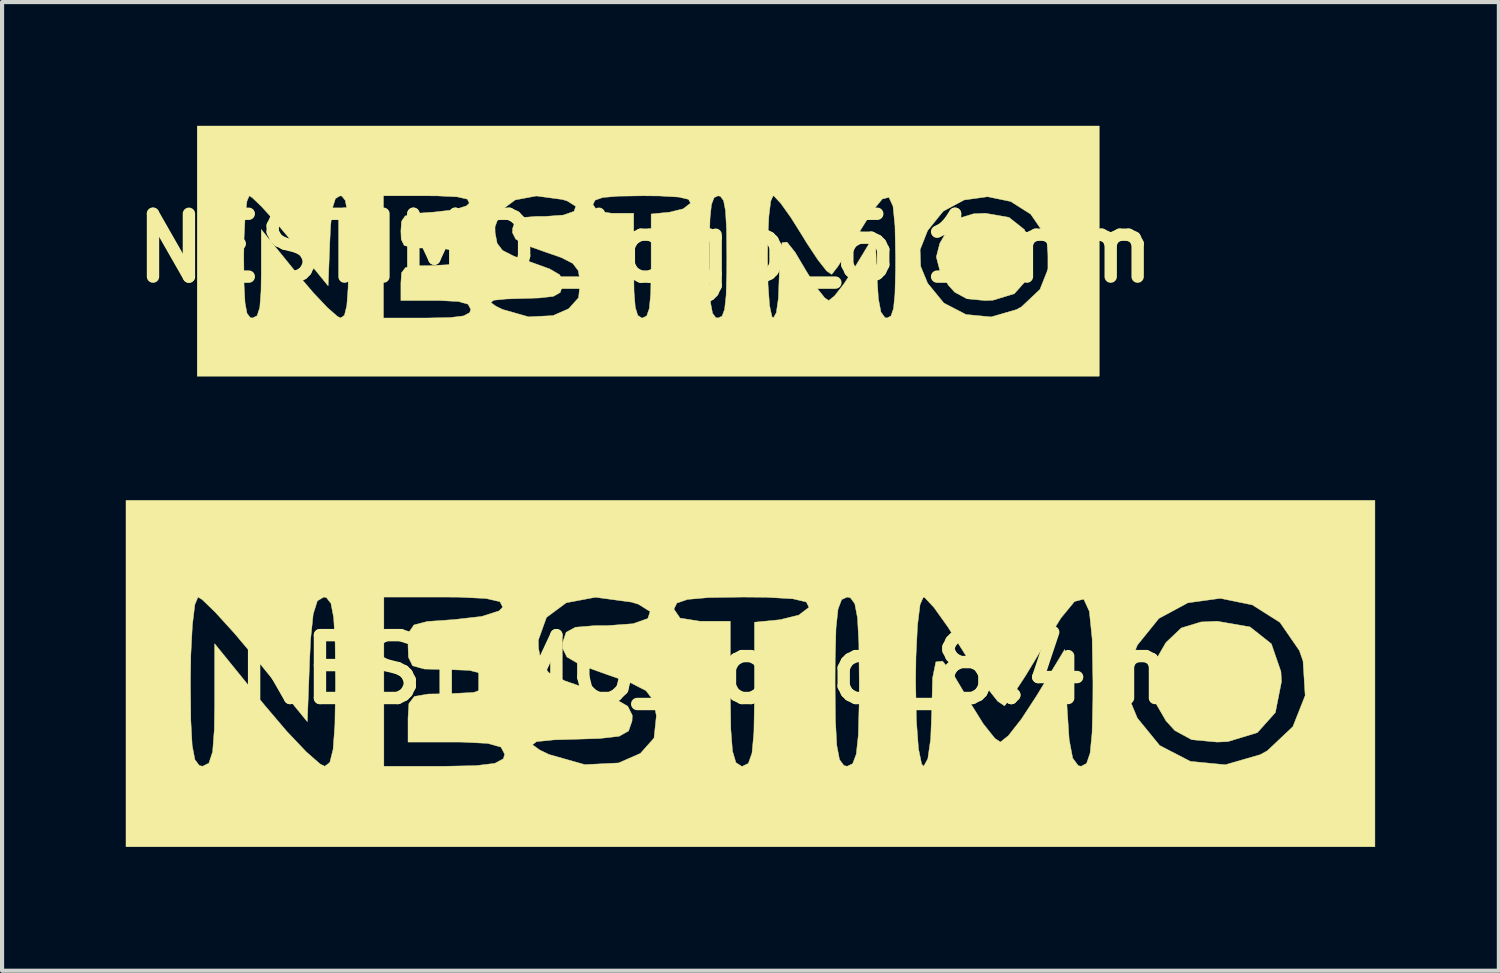
<source format=kicad_pcb>
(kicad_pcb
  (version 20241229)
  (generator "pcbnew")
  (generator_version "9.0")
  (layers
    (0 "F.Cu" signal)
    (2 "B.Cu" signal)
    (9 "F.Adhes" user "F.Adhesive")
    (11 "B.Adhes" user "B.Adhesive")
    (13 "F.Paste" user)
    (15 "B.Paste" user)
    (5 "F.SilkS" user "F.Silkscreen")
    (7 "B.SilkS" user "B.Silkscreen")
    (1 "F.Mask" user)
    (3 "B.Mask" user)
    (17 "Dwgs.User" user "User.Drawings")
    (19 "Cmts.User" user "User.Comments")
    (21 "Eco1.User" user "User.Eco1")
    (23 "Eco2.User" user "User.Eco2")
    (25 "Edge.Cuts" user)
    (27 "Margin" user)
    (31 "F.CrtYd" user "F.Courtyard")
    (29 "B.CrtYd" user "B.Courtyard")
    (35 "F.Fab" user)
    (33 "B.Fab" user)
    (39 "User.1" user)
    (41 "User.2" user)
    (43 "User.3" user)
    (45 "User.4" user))
  (footprint "NESTIMO_logo_6.1mm"
    (layer "F.Cu")
    (at 12.598 2.968)
    (property "Reference" "NESTIMO_logo_6.1mm" (at 0 0 0) (layer "F.SilkS") (effects (font (size 1.524 1.524) (thickness 0.3))))
    (attr through_hole)
    (fp_poly (pts (xy 8.819 -0.747) (xy 9.193 -0.45) (xy 9.361 0.036) (xy 9.37 0.212) (xy 9.263 0.752) (xy 8.948 1.104) (xy 8.43 1.262) (xy 8.243 1.27) (xy 7.799 1.228) (xy 7.503 1.068) (xy 7.348 0.898) (xy 7.142 0.544) (xy 7.056 0.213) (xy 7.056 0.212) (xy 7.141 -0.119) (xy 7.347 -0.473) (xy 7.348 -0.475) (xy 7.616 -0.729) (xy 7.958 -0.834) (xy 8.243 -0.847) (xy 8.819 -0.747)) (stroke (width 0.01) (type solid)) (fill yes) (layer "F.SilkS"))
    (fp_poly (pts (xy 11.007 3.104) (xy -10.866 3.104) (xy -10.866 0.212) (xy -9.737 0.212) (xy -9.73 0.888) (xy -9.706 1.328) (xy -9.659 1.578) (xy -9.581 1.682) (xy -9.525 1.693) (xy -9.414 1.638) (xy -9.349 1.44) (xy -9.319 1.046) (xy -9.313 0.62) (xy -9.313 -0.453) (xy -8.442 0.62) (xy -8.052 1.079) (xy -7.71 1.44) (xy -7.465 1.655) (xy -7.384 1.693) (xy -7.296 1.626) (xy -7.239 1.397) (xy -7.207 0.967) (xy -7.197 0.299) (xy -7.197 0.212) (xy -7.204 -0.468) (xy -7.228 -0.911) (xy -7.277 -1.16) (xy -7.356 -1.261) (xy -7.402 -1.27) (xy -6.35 -1.27) (xy -6.35 1.693) (xy -5.292 1.693) (xy -4.733 1.682) (xy -4.406 1.642) (xy -4.258 1.563) (xy -4.233 1.482) (xy -4.298 1.359) (xy -4.445 1.317) (xy -3.747 1.317) (xy -3.619 1.409) (xy -3.457 1.487) (xy -2.829 1.665) (xy -2.238 1.635) (xy -1.858 1.468) (xy -1.618 1.2) (xy -1.578 0.814) (xy -1.58 0.798) (xy -1.628 0.542) (xy -1.758 0.37) (xy -2.037 0.227) (xy -2.441 0.087) (xy -2.902 -0.078) (xy -3.143 -0.22) (xy -3.222 -0.377) (xy -3.218 -0.478) (xy -3.158 -0.653) (xy -2.994 -0.742) (xy -2.654 -0.77) (xy -2.434 -0.77) (xy -1.985 -0.803) (xy -1.727 -0.894) (xy -1.687 -1.017) (xy -1.754 -1.058) (xy -1.27 -1.058) (xy -1.163 -0.902) (xy -0.821 -0.847) (xy -0.776 -0.847) (xy -0.282 -0.847) (xy -0.282 0.423) (xy -0.274 1.043) (xy -0.244 1.429) (xy -0.184 1.629) (xy -0.086 1.693) (xy -0.071 1.693) (xy 0.033 1.644) (xy 0.097 1.462) (xy 0.131 1.101) (xy 0.141 0.511) (xy 0.141 0.432) (xy 0.141 0.212) (xy 1.552 0.212) (xy 1.559 0.888) (xy 1.583 1.328) (xy 1.63 1.578) (xy 1.708 1.682) (xy 1.764 1.693) (xy 1.861 1.648) (xy 1.923 1.481) (xy 1.959 1.148) (xy 1.974 0.602) (xy 1.976 0.212) (xy 2.963 0.212) (xy 2.976 0.89) (xy 3.012 1.383) (xy 3.068 1.654) (xy 3.104 1.693) (xy 3.177 1.563) (xy 3.227 1.212) (xy 3.246 0.704) (xy 3.246 0.697) (xy 3.26 0.146) (xy 3.317 -0.134) (xy 3.435 -0.148) (xy 3.634 0.102) (xy 3.911 0.569) (xy 4.148 0.951) (xy 4.351 1.205) (xy 4.447 1.27) (xy 4.588 1.158) (xy 4.817 0.864) (xy 5.082 0.459) (xy 5.574 -0.353) (xy 5.615 0.67) (xy 5.652 1.228) (xy 5.714 1.55) (xy 5.811 1.683) (xy 5.862 1.693) (xy 5.957 1.643) (xy 6.018 1.464) (xy 6.053 1.111) (xy 6.067 0.54) (xy 6.068 0.212) (xy 6.065 0.037) (xy 6.663 0.037) (xy 6.676 0.439) (xy 6.846 0.85) (xy 7.238 1.33) (xy 7.775 1.608) (xy 8.386 1.667) (xy 9.003 1.488) (xy 9.122 1.422) (xy 9.569 1) (xy 9.785 0.455) (xy 9.748 -0.148) (xy 9.684 -0.331) (xy 9.344 -0.826) (xy 8.859 -1.133) (xy 8.299 -1.248) (xy 7.731 -1.169) (xy 7.223 -0.895) (xy 6.846 -0.428) (xy 6.663 0.037) (xy 6.065 0.037) (xy 6.054 -0.54) (xy 6.006 -1.019) (xy 5.907 -1.233) (xy 5.746 -1.192) (xy 5.508 -0.904) (xy 5.18 -0.377) (xy 5.167 -0.353) (xy 4.894 0.098) (xy 4.666 0.447) (xy 4.528 0.626) (xy 4.518 0.634) (xy 4.399 0.554) (xy 4.184 0.281) (xy 3.91 -0.133) (xy 3.819 -0.283) (xy 3.532 -0.741) (xy 3.286 -1.086) (xy 3.124 -1.26) (xy 3.098 -1.27) (xy 3.04 -1.137) (xy 2.996 -0.774) (xy 2.969 -0.23) (xy 2.963 0.212) (xy 1.976 0.212) (xy 1.969 -0.465) (xy 1.945 -0.905) (xy 1.898 -1.154) (xy 1.82 -1.258) (xy 1.764 -1.27) (xy 1.667 -1.225) (xy 1.604 -1.058) (xy 1.569 -0.725) (xy 1.554 -0.179) (xy 1.552 0.212) (xy 0.141 0.212) (xy 0.141 -0.829) (xy 0.589 -0.873) (xy 0.917 -0.954) (xy 1.092 -1.088) (xy 1.095 -1.094) (xy 1.048 -1.184) (xy 0.813 -1.239) (xy 0.354 -1.266) (xy -0.059 -1.27) (xy -0.662 -1.261) (xy -1.032 -1.229) (xy -1.218 -1.164) (xy -1.27 -1.059) (xy -1.27 -1.058) (xy -1.754 -1.058) (xy -1.892 -1.144) (xy -2.011 -1.181) (xy -2.644 -1.266) (xy -3.155 -1.17) (xy -3.502 -0.913) (xy -3.645 -0.516) (xy -3.642 -0.374) (xy -3.593 -0.118) (xy -3.463 0.053) (xy -3.184 0.196) (xy -2.78 0.336) (xy -2.32 0.502) (xy -2.078 0.643) (xy -1.999 0.801) (xy -2.004 0.901) (xy -2.064 1.075) (xy -2.229 1.168) (xy -2.57 1.207) (xy -2.822 1.215) (xy -3.376 1.232) (xy -3.676 1.262) (xy -3.747 1.317) (xy -4.445 1.317) (xy -4.529 1.293) (xy -4.978 1.27) (xy -5.08 1.27) (xy -5.927 1.27) (xy -5.927 0.847) (xy -5.911 0.596) (xy -5.816 0.471) (xy -5.57 0.428) (xy -5.221 0.423) (xy -4.777 0.401) (xy -4.561 0.322) (xy -4.516 0.212) (xy -4.591 0.079) (xy -4.853 0.014) (xy -5.221 0) (xy -5.639 -0.009) (xy -5.847 -0.066) (xy -5.919 -0.214) (xy -5.927 -0.416) (xy -5.912 -0.652) (xy -5.823 -0.781) (xy -5.59 -0.842) (xy -5.146 -0.874) (xy -5.126 -0.875) (xy -4.635 -0.931) (xy -4.332 -1.028) (xy -4.268 -1.094) (xy -4.316 -1.189) (xy -4.562 -1.245) (xy -5.04 -1.268) (xy -5.28 -1.27) (xy -6.35 -1.27) (xy -7.402 -1.27) (xy -7.514 -1.203) (xy -7.587 -0.973) (xy -7.632 -0.533) (xy -7.649 -0.179) (xy -7.691 0.913) (xy -8.582 -0.179) (xy -8.971 -0.64) (xy -9.302 -1.005) (xy -9.531 -1.226) (xy -9.605 -1.27) (xy -9.66 -1.138) (xy -9.703 -0.78) (xy -9.73 -0.252) (xy -9.737 0.212) (xy -10.866 0.212) (xy -10.866 -2.963) (xy 11.007 -2.963) (xy 11.007 3.104)) (stroke (width 0.01) (type solid)) (fill yes) (layer "F.SilkS")))
  (footprint "NESTIMO_logo_8.4mm"
    (layer "F.Cu")
    (at 15.05 13.186)
    (property "Reference" "NESTIMO_logo_8.4mm" (at 0 0 0) (layer "F.SilkS") (effects (font (size 1.524 1.524) (thickness 0.3))))
    (attr through_hole)
    (fp_poly (pts (xy 12.211 -1.034) (xy 12.729 -0.624) (xy 12.961 0.05) (xy 12.974 0.293) (xy 12.826 1.042) (xy 12.39 1.529) (xy 11.673 1.747) (xy 11.414 1.758) (xy 10.798 1.701) (xy 10.388 1.479) (xy 10.174 1.244) (xy 9.889 0.753) (xy 9.769 0.295) (xy 9.769 0.293) (xy 9.888 -0.165) (xy 10.172 -0.655) (xy 10.174 -0.657) (xy 10.545 -1.009) (xy 11.019 -1.154) (xy 11.414 -1.172) (xy 12.211 -1.034)) (stroke (width 0.01) (type solid)) (fill yes) (layer "F.SilkS"))
    (fp_poly (pts (xy 15.24 4.298) (xy -15.045 4.298) (xy -15.045 0.293) (xy -13.482 0.293) (xy -13.473 1.23) (xy -13.44 1.839) (xy -13.374 2.184) (xy -13.266 2.328) (xy -13.188 2.345) (xy -13.035 2.269) (xy -12.944 1.993) (xy -12.903 1.449) (xy -12.895 0.859) (xy -12.895 -0.627) (xy -11.689 0.859) (xy -11.149 1.494) (xy -10.676 1.993) (xy -10.336 2.291) (xy -10.224 2.345) (xy -10.102 2.251) (xy -10.023 1.934) (xy -9.979 1.339) (xy -9.965 0.415) (xy -9.965 0.293) (xy -9.974 -0.648) (xy -10.009 -1.261) (xy -10.076 -1.607) (xy -10.186 -1.746) (xy -10.249 -1.758) (xy -8.792 -1.758) (xy -8.792 2.345) (xy -7.327 2.345) (xy -6.554 2.329) (xy -6.1 2.274) (xy -5.895 2.164) (xy -5.862 2.052) (xy -5.952 1.881) (xy -6.154 1.823) (xy -5.189 1.823) (xy -5.011 1.951) (xy -4.787 2.059) (xy -3.918 2.305) (xy -3.099 2.264) (xy -2.572 2.033) (xy -2.241 1.661) (xy -2.185 1.128) (xy -2.187 1.105) (xy -2.255 0.75) (xy -2.435 0.512) (xy -2.82 0.315) (xy -3.381 0.12) (xy -4.017 -0.109) (xy -4.352 -0.304) (xy -4.461 -0.523) (xy -4.455 -0.661) (xy -4.372 -0.905) (xy -4.145 -1.027) (xy -3.674 -1.066) (xy -3.37 -1.066) (xy -2.748 -1.112) (xy -2.391 -1.238) (xy -2.335 -1.408) (xy -2.428 -1.465) (xy -1.758 -1.465) (xy -1.61 -1.249) (xy -1.137 -1.173) (xy -1.075 -1.172) (xy -0.391 -1.172) (xy -0.391 0.586) (xy -0.379 1.444) (xy -0.338 1.978) (xy -0.255 2.256) (xy -0.119 2.344) (xy -0.098 2.345) (xy 0.046 2.276) (xy 0.135 2.025) (xy 0.181 1.524) (xy 0.195 0.708) (xy 0.195 0.599) (xy 0.195 0.293) (xy 2.149 0.293) (xy 2.158 1.23) (xy 2.191 1.839) (xy 2.257 2.184) (xy 2.365 2.328) (xy 2.442 2.345) (xy 2.576 2.282) (xy 2.663 2.051) (xy 2.713 1.589) (xy 2.733 0.834) (xy 2.735 0.293) (xy 4.103 0.293) (xy 4.121 1.232) (xy 4.171 1.915) (xy 4.248 2.29) (xy 4.298 2.345) (xy 4.398 2.164) (xy 4.468 1.678) (xy 4.494 0.974) (xy 4.494 0.965) (xy 4.514 0.202) (xy 4.593 -0.186) (xy 4.756 -0.204) (xy 5.032 0.142) (xy 5.415 0.788) (xy 5.743 1.316) (xy 6.024 1.668) (xy 6.158 1.758) (xy 6.352 1.603) (xy 6.67 1.197) (xy 7.037 0.635) (xy 7.718 -0.488) (xy 7.775 0.928) (xy 7.826 1.701) (xy 7.911 2.147) (xy 8.046 2.33) (xy 8.117 2.345) (xy 8.248 2.276) (xy 8.333 2.027) (xy 8.381 1.539) (xy 8.4 0.748) (xy 8.402 0.293) (xy 8.397 0.051) (xy 9.226 0.051) (xy 9.243 0.608) (xy 9.479 1.177) (xy 10.022 1.842) (xy 10.765 2.226) (xy 11.612 2.308) (xy 12.465 2.061) (xy 12.631 1.968) (xy 13.25 1.384) (xy 13.548 0.63) (xy 13.497 -0.205) (xy 13.409 -0.459) (xy 12.937 -1.144) (xy 12.267 -1.568) (xy 11.491 -1.727) (xy 10.705 -1.619) (xy 10.001 -1.239) (xy 9.479 -0.593) (xy 9.226 0.051) (xy 8.397 0.051) (xy 8.383 -0.748) (xy 8.315 -1.411) (xy 8.179 -1.708) (xy 7.956 -1.651) (xy 7.627 -1.251) (xy 7.173 -0.521) (xy 7.154 -0.489) (xy 6.776 0.136) (xy 6.461 0.618) (xy 6.27 0.866) (xy 6.255 0.877) (xy 6.092 0.767) (xy 5.793 0.389) (xy 5.415 -0.184) (xy 5.288 -0.392) (xy 4.89 -1.026) (xy 4.55 -1.503) (xy 4.325 -1.744) (xy 4.29 -1.758) (xy 4.21 -1.575) (xy 4.148 -1.071) (xy 4.111 -0.318) (xy 4.103 0.293) (xy 2.735 0.293) (xy 2.726 -0.644) (xy 2.693 -1.253) (xy 2.627 -1.598) (xy 2.52 -1.742) (xy 2.442 -1.758) (xy 2.308 -1.696) (xy 2.221 -1.465) (xy 2.172 -1.003) (xy 2.152 -0.247) (xy 2.149 0.293) (xy 0.195 0.293) (xy 0.195 -1.148) (xy 0.815 -1.209) (xy 1.269 -1.321) (xy 1.513 -1.506) (xy 1.515 -1.514) (xy 1.451 -1.639) (xy 1.126 -1.716) (xy 0.49 -1.753) (xy -0.081 -1.758) (xy -0.916 -1.746) (xy -1.429 -1.701) (xy -1.687 -1.612) (xy -1.758 -1.467) (xy -1.758 -1.465) (xy -2.428 -1.465) (xy -2.619 -1.584) (xy -2.784 -1.635) (xy -3.661 -1.753) (xy -4.369 -1.62) (xy -4.849 -1.264) (xy -5.046 -0.714) (xy -5.042 -0.519) (xy -4.974 -0.164) (xy -4.794 0.074) (xy -4.409 0.271) (xy -3.849 0.466) (xy -3.212 0.695) (xy -2.877 0.89) (xy -2.768 1.109) (xy -2.774 1.247) (xy -2.858 1.489) (xy -3.086 1.617) (xy -3.558 1.671) (xy -3.908 1.682) (xy -4.675 1.705) (xy -5.089 1.747) (xy -5.189 1.823) (xy -6.154 1.823) (xy -6.271 1.79) (xy -6.893 1.759) (xy -7.034 1.758) (xy -8.206 1.758) (xy -8.206 1.172) (xy -8.185 0.825) (xy -8.054 0.652) (xy -7.712 0.593) (xy -7.229 0.586) (xy -6.615 0.555) (xy -6.315 0.446) (xy -6.252 0.293) (xy -6.357 0.109) (xy -6.719 0.019) (xy -7.229 0) (xy -7.808 -0.013) (xy -8.096 -0.092) (xy -8.195 -0.296) (xy -8.206 -0.576) (xy -8.186 -0.903) (xy -8.062 -1.082) (xy -7.74 -1.166) (xy -7.125 -1.21) (xy -7.098 -1.211) (xy -6.417 -1.289) (xy -5.998 -1.423) (xy -5.91 -1.514) (xy -5.976 -1.646) (xy -6.316 -1.724) (xy -6.978 -1.756) (xy -7.311 -1.758) (xy -8.792 -1.758) (xy -10.249 -1.758) (xy -10.404 -1.666) (xy -10.505 -1.347) (xy -10.568 -0.738) (xy -10.591 -0.247) (xy -10.648 1.264) (xy -11.882 -0.247) (xy -12.421 -0.886) (xy -12.88 -1.391) (xy -13.197 -1.697) (xy -13.299 -1.758) (xy -13.375 -1.576) (xy -13.435 -1.08) (xy -13.473 -0.349) (xy -13.482 0.293) (xy -15.045 0.293) (xy -15.045 -4.103) (xy 15.24 -4.103) (xy 15.24 4.298)) (stroke (width 0.01) (type solid)) (fill yes) (layer "F.SilkS")))
  (gr_rect
    (start -3 -3)
    (end 33.295 20.489)
    (stroke (width 0.1) (type default))
    (fill no)
    (layer "Edge.Cuts")))
</source>
